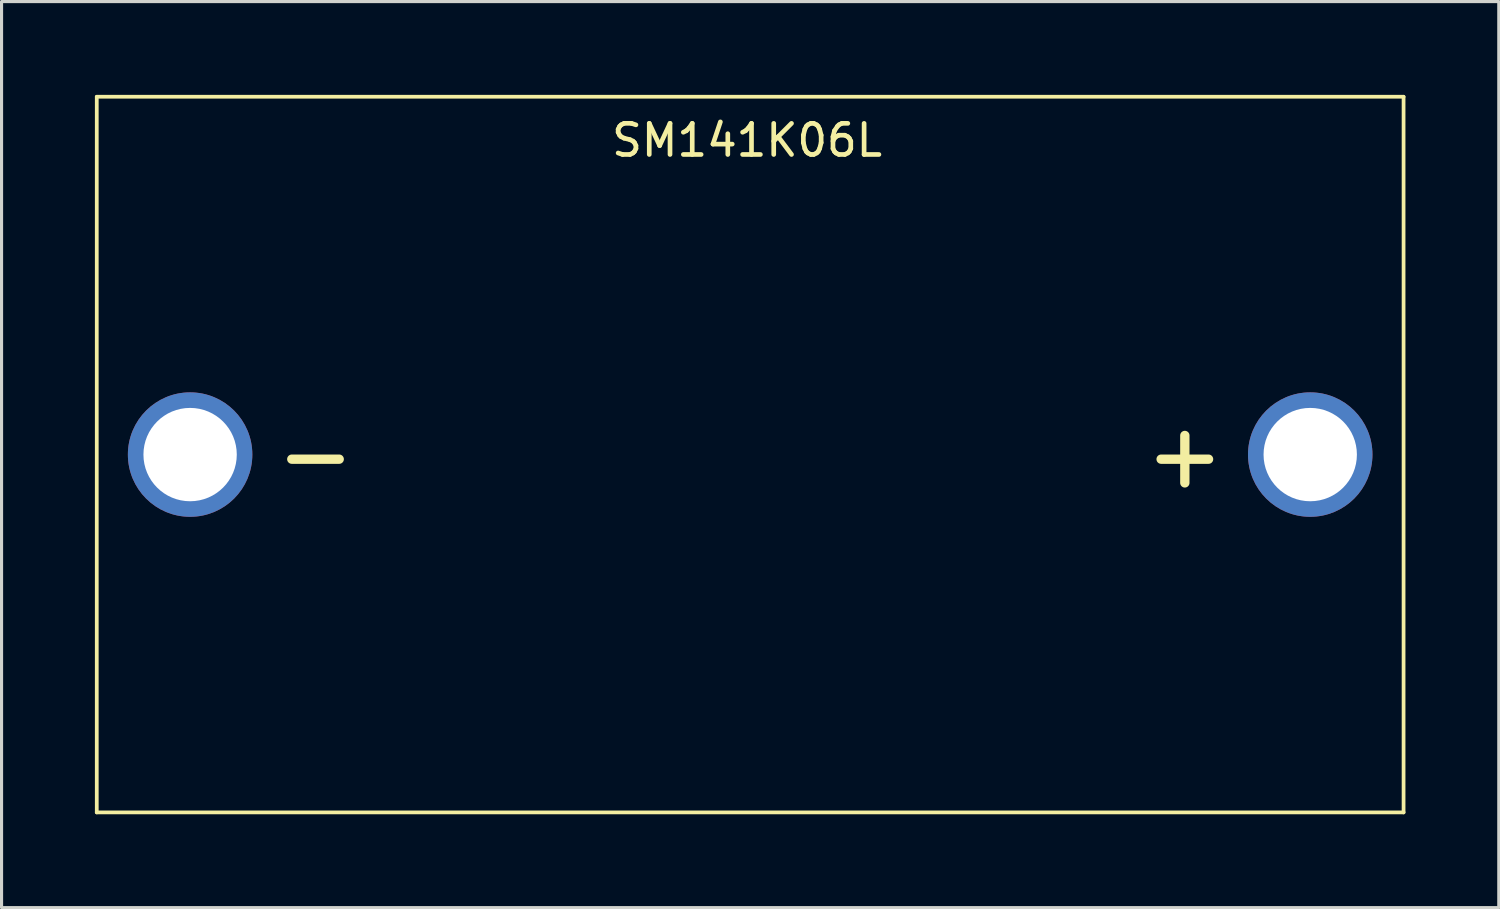
<source format=kicad_pcb>
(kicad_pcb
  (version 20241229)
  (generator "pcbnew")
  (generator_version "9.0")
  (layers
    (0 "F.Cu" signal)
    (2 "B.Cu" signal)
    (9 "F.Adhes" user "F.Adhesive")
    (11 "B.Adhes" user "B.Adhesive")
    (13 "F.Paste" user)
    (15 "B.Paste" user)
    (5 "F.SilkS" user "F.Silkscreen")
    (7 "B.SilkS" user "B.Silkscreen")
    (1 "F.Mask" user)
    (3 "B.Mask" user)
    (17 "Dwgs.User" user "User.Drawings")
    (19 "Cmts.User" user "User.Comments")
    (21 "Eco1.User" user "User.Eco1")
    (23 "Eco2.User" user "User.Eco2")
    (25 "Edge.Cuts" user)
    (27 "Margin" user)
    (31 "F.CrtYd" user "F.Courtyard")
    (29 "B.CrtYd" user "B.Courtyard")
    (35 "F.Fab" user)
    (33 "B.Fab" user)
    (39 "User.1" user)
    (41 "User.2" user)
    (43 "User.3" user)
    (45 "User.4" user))
  (footprint "SM141K06L"
    (layer "F.Cu")
    (at 21.06 11.56)
    (property "Reference" "SM141K06L" (at -0.1 -10.1 0) (layer "F.SilkS") (effects (font (size 1 1) (thickness 0.15))))
    (attr through_hole)
    (fp_line (start -21 -11.5) (end 21 -11.5) (stroke (width 0.12) (type solid)) (layer "F.SilkS"))
    (fp_line (start -21 11.5) (end -21 -11.5) (stroke (width 0.12) (type solid)) (layer "F.SilkS"))
    (fp_line (start 21 11.5) (end -21 11.5) (stroke (width 0.12) (type solid)) (layer "F.SilkS"))
    (fp_line (start 21 11.5) (end 21 -11.5) (stroke (width 0.12) (type solid)) (layer "F.SilkS"))
    (fp_text user "-" (at -13.97 0 0) (layer "F.SilkS") (effects (font (size 2 2) (thickness 0.3))))
    (fp_text user "+" (at 13.97 0 0) (layer "F.SilkS") (effects (font (size 2 2) (thickness 0.3))))
    (pad "1" thru_hole circle (at -18 0) (size 4 4) (drill 3) (layers "*.Cu" "*.Mask"))
    (pad "2" thru_hole circle (at 18 0) (size 4 4) (drill 3) (layers "*.Cu" "*.Mask")))
  (gr_rect
    (start -3 -3)
    (end 45.12 26.12)
    (stroke (width 0.1) (type default))
    (fill no)
    (layer "Edge.Cuts")))
</source>
